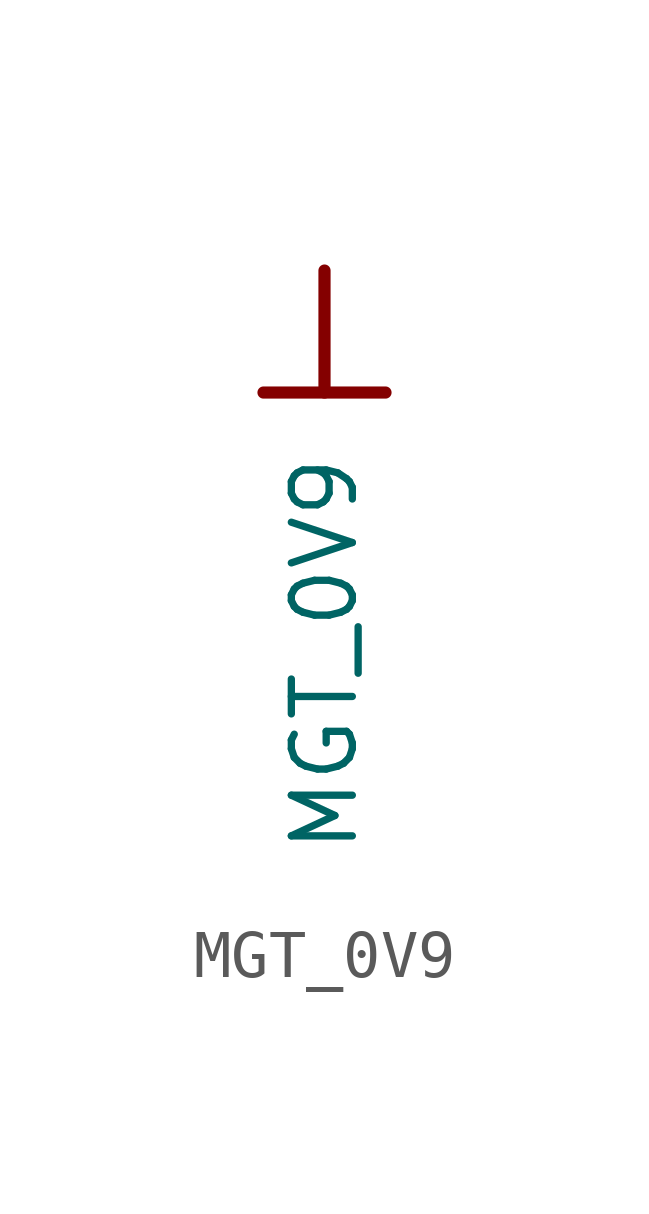
<source format=kicad_sym>
(kicad_symbol_lib
  (version 20231120)
  (generator "kicad_symbol_editor")
  (generator_version "8.0")
  (symbol "MGT_0V9"
    (power)
    (property "Reference" "#PWR0111"
      (at 0 0 0)
      (effects (font (size 1.27 1.27)) (hide yes)))
    (property "Value" "MGT_0V9"
      (at 0 -3.81 90)
      (effects (font (size 1.27 1.27)) (justify right)))
    (symbol "MGT_0V9_0_0"
      (polyline (pts (xy -1.27 -2.54) (xy 1.27 -2.54)) (stroke (width 0.254) (type solid)) (fill (type none)))
      (polyline (pts (xy 0 0) (xy 0 -2.54)) (stroke (width 0.254) (type solid)) (fill (type none)))
      (pin power_in line (at 0 0 0) (length 0) hide (name "MGT_0V9" (effects (font (size 1.27 1.27)))) (number "" (effects (font (size 1.27 1.27))))))))
</source>
